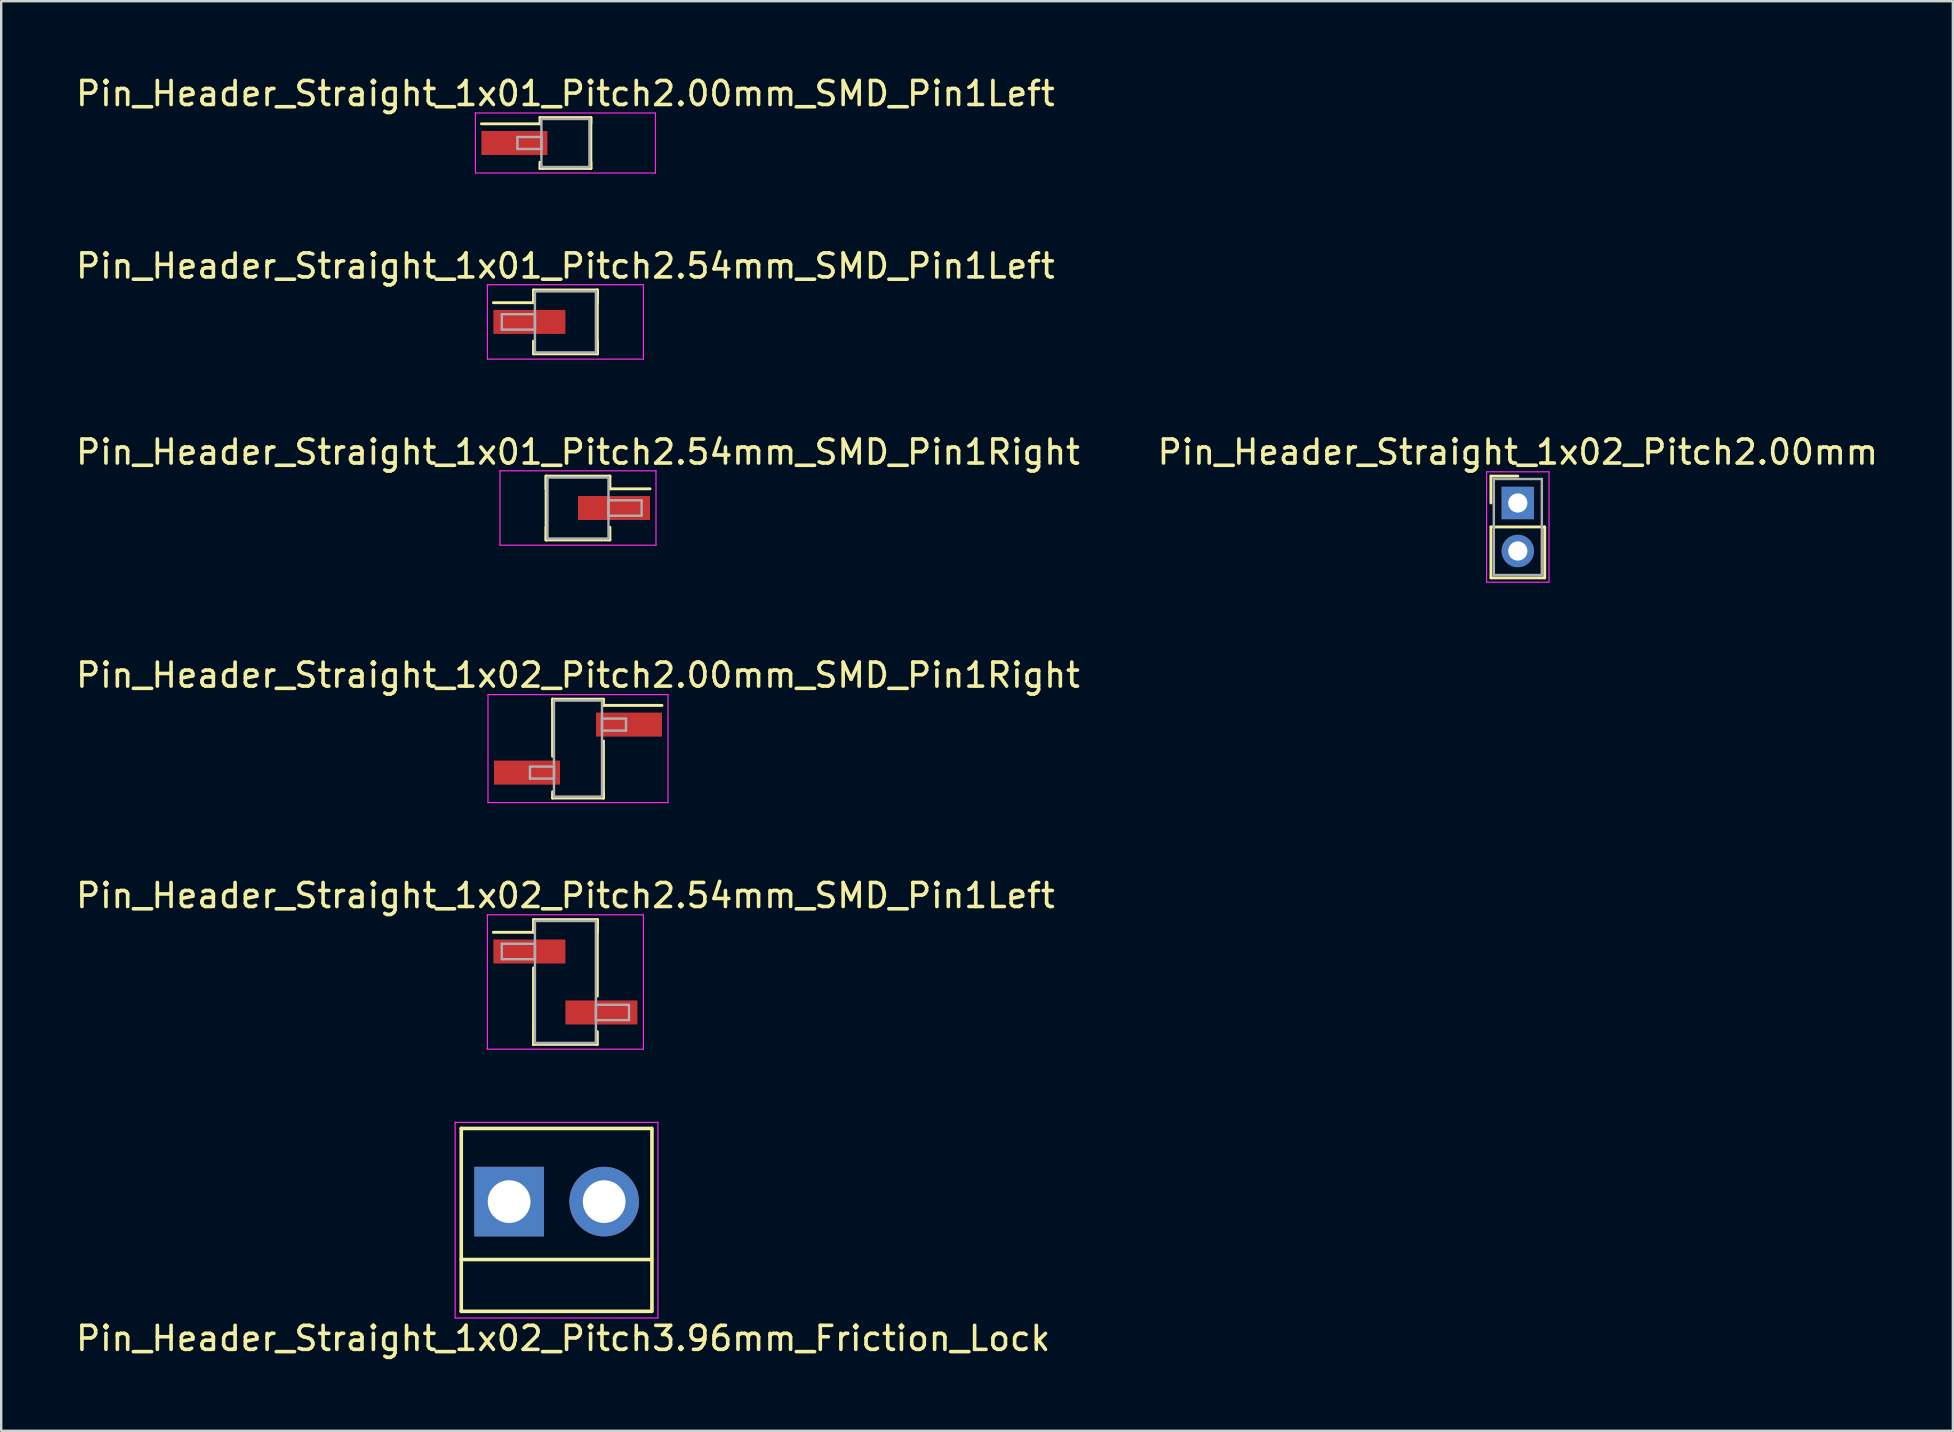
<source format=kicad_pcb>
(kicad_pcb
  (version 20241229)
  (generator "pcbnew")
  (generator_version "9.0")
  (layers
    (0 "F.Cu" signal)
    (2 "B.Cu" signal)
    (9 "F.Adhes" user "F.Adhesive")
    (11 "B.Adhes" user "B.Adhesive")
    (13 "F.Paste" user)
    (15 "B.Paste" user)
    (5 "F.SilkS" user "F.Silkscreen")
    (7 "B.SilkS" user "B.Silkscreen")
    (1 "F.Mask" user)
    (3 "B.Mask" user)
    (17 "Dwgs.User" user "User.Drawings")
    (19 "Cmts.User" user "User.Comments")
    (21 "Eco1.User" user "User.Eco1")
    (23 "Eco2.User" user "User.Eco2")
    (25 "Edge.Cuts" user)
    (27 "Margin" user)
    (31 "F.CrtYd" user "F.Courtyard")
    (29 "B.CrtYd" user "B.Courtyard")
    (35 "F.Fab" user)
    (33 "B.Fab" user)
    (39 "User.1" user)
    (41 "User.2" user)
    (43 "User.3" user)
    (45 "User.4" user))
  (footprint "Pin_Header_Straight_1x01_Pitch2.54mm_SMD_Pin1Right"
    (layer "F.Cu")
    (at 21.03 18.115)
    (property "Reference" "Pin_Header_Straight_1x01_Pitch2.54mm_SMD_Pin1Right" (at 0 -2.33 0) (layer "F.SilkS") (effects (font (size 1 1) (thickness 0.15))))
    (attr smd)
    (fp_line (start -1.33 -1.33) (end -1.33 1.33) (stroke (width 0.12) (type solid)) (layer "F.SilkS"))
    (fp_line (start -1.33 -1.33) (end 1.33 -1.33) (stroke (width 0.12) (type solid)) (layer "F.SilkS"))
    (fp_line (start -1.33 -0.8) (end -1.33 -1.33) (stroke (width 0.12) (type solid)) (layer "F.SilkS"))
    (fp_line (start -1.33 0.8) (end -1.33 1.33) (stroke (width 0.12) (type solid)) (layer "F.SilkS"))
    (fp_line (start -1.33 1.33) (end 1.33 1.33) (stroke (width 0.12) (type solid)) (layer "F.SilkS"))
    (fp_line (start 1.33 -1.33) (end 1.33 -0.8) (stroke (width 0.12) (type solid)) (layer "F.SilkS"))
    (fp_line (start 1.33 -0.8) (end 3 -0.8) (stroke (width 0.12) (type solid)) (layer "F.SilkS"))
    (fp_line (start 1.33 1.33) (end 1.33 0.8) (stroke (width 0.12) (type solid)) (layer "F.SilkS"))
    (fp_line (start -3.25 -1.55) (end -3.25 1.55) (stroke (width 0.05) (type solid)) (layer "F.CrtYd"))
    (fp_line (start -3.25 1.55) (end 3.25 1.55) (stroke (width 0.05) (type solid)) (layer "F.CrtYd"))
    (fp_line (start 3.25 -1.55) (end -3.25 -1.55) (stroke (width 0.05) (type solid)) (layer "F.CrtYd"))
    (fp_line (start 3.25 1.55) (end 3.25 -1.55) (stroke (width 0.05) (type solid)) (layer "F.CrtYd"))
    (fp_line (start -1.27 -1.27) (end -1.27 1.27) (stroke (width 0.1) (type solid)) (layer "F.Fab"))
    (fp_line (start -1.27 1.27) (end 1.27 1.27) (stroke (width 0.1) (type solid)) (layer "F.Fab"))
    (fp_line (start 1.27 -1.27) (end -1.27 -1.27) (stroke (width 0.1) (type solid)) (layer "F.Fab"))
    (fp_line (start 1.27 -0.32) (end 1.27 0.32) (stroke (width 0.1) (type solid)) (layer "F.Fab"))
    (fp_line (start 1.27 0.32) (end 2.65 0.32) (stroke (width 0.1) (type solid)) (layer "F.Fab"))
    (fp_line (start 1.27 1.27) (end 1.27 -1.27) (stroke (width 0.1) (type solid)) (layer "F.Fab"))
    (fp_line (start 2.65 -0.32) (end 1.27 -0.32) (stroke (width 0.1) (type solid)) (layer "F.Fab"))
    (fp_line (start 2.65 0.32) (end 2.65 -0.32) (stroke (width 0.1) (type solid)) (layer "F.Fab"))
    (pad "1" smd rect (at 1.5 0) (size 3 1) (layers "F.Cu" "F.Mask")))
  (footprint "Pin_Header_Straight_1x02_Pitch2.00mm_SMD_Pin1Right"
    (layer "F.Cu")
    (at 21.03 28.138)
    (property "Reference" "Pin_Header_Straight_1x02_Pitch2.00mm_SMD_Pin1Right" (at 0 -3.06 0) (layer "F.SilkS") (effects (font (size 1 1) (thickness 0.15))))
    (attr smd)
    (fp_line (start -1.06 -2.06) (end -1.06 0.32) (stroke (width 0.12) (type solid)) (layer "F.SilkS"))
    (fp_line (start -1.06 -2.06) (end 1.06 -2.06) (stroke (width 0.12) (type solid)) (layer "F.SilkS"))
    (fp_line (start -1.06 -1.8) (end -1.06 -2.06) (stroke (width 0.12) (type solid)) (layer "F.SilkS"))
    (fp_line (start -1.06 1.8) (end -1.06 2.06) (stroke (width 0.12) (type solid)) (layer "F.SilkS"))
    (fp_line (start -1.06 2.06) (end 1.06 2.06) (stroke (width 0.12) (type solid)) (layer "F.SilkS"))
    (fp_line (start 1.06 -2.06) (end 1.06 -1.8) (stroke (width 0.12) (type solid)) (layer "F.SilkS"))
    (fp_line (start 1.06 -1.8) (end 3.5 -1.8) (stroke (width 0.12) (type solid)) (layer "F.SilkS"))
    (fp_line (start 1.06 -0.32) (end 1.06 2.06) (stroke (width 0.12) (type solid)) (layer "F.SilkS"))
    (fp_line (start 1.06 2.06) (end 1.06 1.8) (stroke (width 0.12) (type solid)) (layer "F.SilkS"))
    (fp_line (start -3.75 -2.25) (end -3.75 2.25) (stroke (width 0.05) (type solid)) (layer "F.CrtYd"))
    (fp_line (start -3.75 2.25) (end 3.75 2.25) (stroke (width 0.05) (type solid)) (layer "F.CrtYd"))
    (fp_line (start 3.75 -2.25) (end -3.75 -2.25) (stroke (width 0.05) (type solid)) (layer "F.CrtYd"))
    (fp_line (start 3.75 2.25) (end 3.75 -2.25) (stroke (width 0.05) (type solid)) (layer "F.CrtYd"))
    (fp_line (start -2 0.75) (end -1 0.75) (stroke (width 0.1) (type solid)) (layer "F.Fab"))
    (fp_line (start -2 1.25) (end -2 0.75) (stroke (width 0.1) (type solid)) (layer "F.Fab"))
    (fp_line (start -1 -2) (end -1 2) (stroke (width 0.1) (type solid)) (layer "F.Fab"))
    (fp_line (start -1 0.75) (end -1 1.25) (stroke (width 0.1) (type solid)) (layer "F.Fab"))
    (fp_line (start -1 1.25) (end -2 1.25) (stroke (width 0.1) (type solid)) (layer "F.Fab"))
    (fp_line (start -1 2) (end 1 2) (stroke (width 0.1) (type solid)) (layer "F.Fab"))
    (fp_line (start 1 -2) (end -1 -2) (stroke (width 0.1) (type solid)) (layer "F.Fab"))
    (fp_line (start 1 -1.25) (end 1 -0.75) (stroke (width 0.1) (type solid)) (layer "F.Fab"))
    (fp_line (start 1 -0.75) (end 2 -0.75) (stroke (width 0.1) (type solid)) (layer "F.Fab"))
    (fp_line (start 1 2) (end 1 -2) (stroke (width 0.1) (type solid)) (layer "F.Fab"))
    (fp_line (start 2 -1.25) (end 1 -1.25) (stroke (width 0.1) (type solid)) (layer "F.Fab"))
    (fp_line (start 2 -0.75) (end 2 -1.25) (stroke (width 0.1) (type solid)) (layer "F.Fab"))
    (pad "1" smd rect (at 2.125 -1) (size 2.75 1) (layers "F.Cu" "F.Mask"))
    (pad "2" smd rect (at -2.125 1) (size 2.75 1) (layers "F.Cu" "F.Mask")))
  (footprint "Pin_Header_Straight_1x02_Pitch2.54mm_SMD_Pin1Left"
    (layer "F.Cu")
    (at 20.506 37.861)
    (property "Reference" "Pin_Header_Straight_1x02_Pitch2.54mm_SMD_Pin1Left" (at 0 -3.6 0) (layer "F.SilkS") (effects (font (size 1 1) (thickness 0.15))))
    (attr smd)
    (fp_line (start -1.33 -2.6) (end 1.33 -2.6) (stroke (width 0.12) (type solid)) (layer "F.SilkS"))
    (fp_line (start -1.33 -2.07) (end -3 -2.07) (stroke (width 0.12) (type solid)) (layer "F.SilkS"))
    (fp_line (start -1.33 -2.07) (end -1.33 -2.6) (stroke (width 0.12) (type solid)) (layer "F.SilkS"))
    (fp_line (start -1.33 -0.59) (end -1.33 2.6) (stroke (width 0.12) (type solid)) (layer "F.SilkS"))
    (fp_line (start -1.33 2.07) (end -1.33 2.6) (stroke (width 0.12) (type solid)) (layer "F.SilkS"))
    (fp_line (start -1.33 2.6) (end 1.33 2.6) (stroke (width 0.12) (type solid)) (layer "F.SilkS"))
    (fp_line (start 1.33 -2.6) (end 1.33 -2.07) (stroke (width 0.12) (type solid)) (layer "F.SilkS"))
    (fp_line (start 1.33 -2.6) (end 1.33 0.59) (stroke (width 0.12) (type solid)) (layer "F.SilkS"))
    (fp_line (start 1.33 2.6) (end 1.33 2.07) (stroke (width 0.12) (type solid)) (layer "F.SilkS"))
    (fp_line (start -3.25 -2.8) (end -3.25 2.8) (stroke (width 0.05) (type solid)) (layer "F.CrtYd"))
    (fp_line (start -3.25 2.8) (end 3.25 2.8) (stroke (width 0.05) (type solid)) (layer "F.CrtYd"))
    (fp_line (start 3.25 -2.8) (end -3.25 -2.8) (stroke (width 0.05) (type solid)) (layer "F.CrtYd"))
    (fp_line (start 3.25 2.8) (end 3.25 -2.8) (stroke (width 0.05) (type solid)) (layer "F.CrtYd"))
    (fp_line (start -2.65 -1.59) (end -1.27 -1.59) (stroke (width 0.1) (type solid)) (layer "F.Fab"))
    (fp_line (start -2.65 -0.95) (end -2.65 -1.59) (stroke (width 0.1) (type solid)) (layer "F.Fab"))
    (fp_line (start -1.27 -2.54) (end -1.27 2.54) (stroke (width 0.1) (type solid)) (layer "F.Fab"))
    (fp_line (start -1.27 -1.59) (end -1.27 -0.95) (stroke (width 0.1) (type solid)) (layer "F.Fab"))
    (fp_line (start -1.27 -0.95) (end -2.65 -0.95) (stroke (width 0.1) (type solid)) (layer "F.Fab"))
    (fp_line (start -1.27 2.54) (end 1.27 2.54) (stroke (width 0.1) (type solid)) (layer "F.Fab"))
    (fp_line (start 1.27 -2.54) (end -1.27 -2.54) (stroke (width 0.1) (type solid)) (layer "F.Fab"))
    (fp_line (start 1.27 0.95) (end 1.27 1.59) (stroke (width 0.1) (type solid)) (layer "F.Fab"))
    (fp_line (start 1.27 1.59) (end 2.65 1.59) (stroke (width 0.1) (type solid)) (layer "F.Fab"))
    (fp_line (start 1.27 2.54) (end 1.27 -2.54) (stroke (width 0.1) (type solid)) (layer "F.Fab"))
    (fp_line (start 2.65 0.95) (end 1.27 0.95) (stroke (width 0.1) (type solid)) (layer "F.Fab"))
    (fp_line (start 2.65 1.59) (end 2.65 0.95) (stroke (width 0.1) (type solid)) (layer "F.Fab"))
    (pad "1" smd rect (at -1.5 -1.27) (size 3 1) (layers "F.Cu" "F.Mask"))
    (pad "2" smd rect (at 1.5 1.27) (size 3 1) (layers "F.Cu" "F.Mask")))
  (footprint "Pin_Header_Straight_1x01_Pitch2.54mm_SMD_Pin1Left"
    (layer "F.Cu")
    (at 20.506 10.361)
    (property "Reference" "Pin_Header_Straight_1x01_Pitch2.54mm_SMD_Pin1Left" (at 0 -2.33 0) (layer "F.SilkS") (effects (font (size 1 1) (thickness 0.15))))
    (attr smd)
    (fp_line (start -1.33 -1.33) (end 1.33 -1.33) (stroke (width 0.12) (type solid)) (layer "F.SilkS"))
    (fp_line (start -1.33 -0.8) (end -3 -0.8) (stroke (width 0.12) (type solid)) (layer "F.SilkS"))
    (fp_line (start -1.33 -0.8) (end -1.33 -1.33) (stroke (width 0.12) (type solid)) (layer "F.SilkS"))
    (fp_line (start -1.33 0.8) (end -1.33 1.33) (stroke (width 0.12) (type solid)) (layer "F.SilkS"))
    (fp_line (start -1.33 1.33) (end 1.33 1.33) (stroke (width 0.12) (type solid)) (layer "F.SilkS"))
    (fp_line (start 1.33 -1.33) (end 1.33 -0.8) (stroke (width 0.12) (type solid)) (layer "F.SilkS"))
    (fp_line (start 1.33 -1.33) (end 1.33 1.33) (stroke (width 0.12) (type solid)) (layer "F.SilkS"))
    (fp_line (start 1.33 1.33) (end 1.33 0.8) (stroke (width 0.12) (type solid)) (layer "F.SilkS"))
    (fp_line (start -3.25 -1.55) (end -3.25 1.55) (stroke (width 0.05) (type solid)) (layer "F.CrtYd"))
    (fp_line (start -3.25 1.55) (end 3.25 1.55) (stroke (width 0.05) (type solid)) (layer "F.CrtYd"))
    (fp_line (start 3.25 -1.55) (end -3.25 -1.55) (stroke (width 0.05) (type solid)) (layer "F.CrtYd"))
    (fp_line (start 3.25 1.55) (end 3.25 -1.55) (stroke (width 0.05) (type solid)) (layer "F.CrtYd"))
    (fp_line (start -2.65 -0.32) (end -1.27 -0.32) (stroke (width 0.1) (type solid)) (layer "F.Fab"))
    (fp_line (start -2.65 0.32) (end -2.65 -0.32) (stroke (width 0.1) (type solid)) (layer "F.Fab"))
    (fp_line (start -1.27 -1.27) (end -1.27 1.27) (stroke (width 0.1) (type solid)) (layer "F.Fab"))
    (fp_line (start -1.27 -0.32) (end -1.27 0.32) (stroke (width 0.1) (type solid)) (layer "F.Fab"))
    (fp_line (start -1.27 0.32) (end -2.65 0.32) (stroke (width 0.1) (type solid)) (layer "F.Fab"))
    (fp_line (start -1.27 1.27) (end 1.27 1.27) (stroke (width 0.1) (type solid)) (layer "F.Fab"))
    (fp_line (start 1.27 -1.27) (end -1.27 -1.27) (stroke (width 0.1) (type solid)) (layer "F.Fab"))
    (fp_line (start 1.27 1.27) (end 1.27 -1.27) (stroke (width 0.1) (type solid)) (layer "F.Fab"))
    (pad "1" smd rect (at -1.5 0) (size 3 1) (layers "F.Cu" "F.Mask")))
  (footprint "Pin_Header_Straight_1x01_Pitch2.00mm_SMD_Pin1Left"
    (layer "F.Cu")
    (at 20.506 2.908)
    (property "Reference" "Pin_Header_Straight_1x01_Pitch2.00mm_SMD_Pin1Left" (at 0 -2.06 0) (layer "F.SilkS") (effects (font (size 1 1) (thickness 0.15))))
    (attr smd)
    (fp_line (start -1.06 -1.06) (end 1.06 -1.06) (stroke (width 0.12) (type solid)) (layer "F.SilkS"))
    (fp_line (start -1.06 -0.8) (end -3.5 -0.8) (stroke (width 0.12) (type solid)) (layer "F.SilkS"))
    (fp_line (start -1.06 -0.8) (end -1.06 -1.06) (stroke (width 0.12) (type solid)) (layer "F.SilkS"))
    (fp_line (start -1.06 0.8) (end -1.06 1.06) (stroke (width 0.12) (type solid)) (layer "F.SilkS"))
    (fp_line (start -1.06 1.06) (end 1.06 1.06) (stroke (width 0.12) (type solid)) (layer "F.SilkS"))
    (fp_line (start 1.06 -1.06) (end 1.06 -0.8) (stroke (width 0.12) (type solid)) (layer "F.SilkS"))
    (fp_line (start 1.06 -1.06) (end 1.06 1.06) (stroke (width 0.12) (type solid)) (layer "F.SilkS"))
    (fp_line (start 1.06 1.06) (end 1.06 0.8) (stroke (width 0.12) (type solid)) (layer "F.SilkS"))
    (fp_line (start -3.75 -1.25) (end -3.75 1.25) (stroke (width 0.05) (type solid)) (layer "F.CrtYd"))
    (fp_line (start -3.75 1.25) (end 3.75 1.25) (stroke (width 0.05) (type solid)) (layer "F.CrtYd"))
    (fp_line (start 3.75 -1.25) (end -3.75 -1.25) (stroke (width 0.05) (type solid)) (layer "F.CrtYd"))
    (fp_line (start 3.75 1.25) (end 3.75 -1.25) (stroke (width 0.05) (type solid)) (layer "F.CrtYd"))
    (fp_line (start -2 -0.25) (end -1 -0.25) (stroke (width 0.1) (type solid)) (layer "F.Fab"))
    (fp_line (start -2 0.25) (end -2 -0.25) (stroke (width 0.1) (type solid)) (layer "F.Fab"))
    (fp_line (start -1 -1) (end -1 1) (stroke (width 0.1) (type solid)) (layer "F.Fab"))
    (fp_line (start -1 -0.25) (end -1 0.25) (stroke (width 0.1) (type solid)) (layer "F.Fab"))
    (fp_line (start -1 0.25) (end -2 0.25) (stroke (width 0.1) (type solid)) (layer "F.Fab"))
    (fp_line (start -1 1) (end 1 1) (stroke (width 0.1) (type solid)) (layer "F.Fab"))
    (fp_line (start 1 -1) (end -1 -1) (stroke (width 0.1) (type solid)) (layer "F.Fab"))
    (fp_line (start 1 1) (end 1 -1) (stroke (width 0.1) (type solid)) (layer "F.Fab"))
    (pad "1" smd rect (at -2.125 0) (size 2.75 1) (layers "F.Cu" "F.Mask")))
  (footprint "Pin_Header_Straight_1x02_Pitch3.96mm_Friction_Lock"
    (layer "F.Cu")
    (at 18.161 47.011)
    (property "Reference" "Pin_Header_Straight_1x02_Pitch3.96mm_Friction_Lock" (at 2.25 5.7 0) (layer "F.SilkS") (effects (font (size 1 1) (thickness 0.15))))
    (attr through_hole)
    (fp_line (start -1.994 -3.048) (end -1.994 4.572) (stroke (width 0.15) (type solid)) (layer "F.SilkS"))
    (fp_line (start -1.994 -3.048) (end 5.931 -3.048) (stroke (width 0.15) (type solid)) (layer "F.SilkS"))
    (fp_line (start -1.994 2.413) (end 5.931 2.413) (stroke (width 0.15) (type solid)) (layer "F.SilkS"))
    (fp_line (start -1.994 4.572) (end 5.931 4.572) (stroke (width 0.15) (type solid)) (layer "F.SilkS"))
    (fp_line (start 5.95 -3.048) (end 5.95 4.572) (stroke (width 0.15) (type solid)) (layer "F.SilkS"))
    (fp_line (start -2.25 -3.3) (end 6.2 -3.3) (stroke (width 0.05) (type solid)) (layer "F.CrtYd"))
    (fp_line (start -2.25 4.85) (end -2.25 -3.3) (stroke (width 0.05) (type solid)) (layer "F.CrtYd"))
    (fp_line (start 6.2 -3.3) (end 6.2 4.85) (stroke (width 0.05) (type solid)) (layer "F.CrtYd"))
    (fp_line (start 6.2 4.85) (end -2.25 4.85) (stroke (width 0.05) (type solid)) (layer "F.CrtYd"))
    (pad "1" thru_hole rect (at 0 0) (size 2.9 2.9) (drill 1.78) (layers "*.Cu" "*.Mask"))
    (pad "2" thru_hole circle (at 3.96 0) (size 2.9 2.9) (drill 1.78) (layers "*.Cu" "*.Mask")))
  (footprint "Pin_Header_Straight_1x02_Pitch2.00mm"
    (layer "F.Cu")
    (at 60.185 17.905)
    (property "Reference" "Pin_Header_Straight_1x02_Pitch2.00mm" (at 0 -2.12 0) (layer "F.SilkS") (effects (font (size 1 1) (thickness 0.15))))
    (attr through_hole)
    (fp_line (start -1.12 -1.12) (end 0 -1.12) (stroke (width 0.12) (type solid)) (layer "F.SilkS"))
    (fp_line (start -1.12 0) (end -1.12 -1.12) (stroke (width 0.12) (type solid)) (layer "F.SilkS"))
    (fp_line (start -1.12 1) (end -1.12 3.12) (stroke (width 0.12) (type solid)) (layer "F.SilkS"))
    (fp_line (start -1.12 3.12) (end 1.12 3.12) (stroke (width 0.12) (type solid)) (layer "F.SilkS"))
    (fp_line (start 1.12 1) (end -1.12 1) (stroke (width 0.12) (type solid)) (layer "F.SilkS"))
    (fp_line (start 1.12 3.12) (end 1.12 1) (stroke (width 0.12) (type solid)) (layer "F.SilkS"))
    (fp_line (start -1.3 -1.3) (end -1.3 3.3) (stroke (width 0.05) (type solid)) (layer "F.CrtYd"))
    (fp_line (start -1.3 3.3) (end 1.3 3.3) (stroke (width 0.05) (type solid)) (layer "F.CrtYd"))
    (fp_line (start 1.3 -1.3) (end -1.3 -1.3) (stroke (width 0.05) (type solid)) (layer "F.CrtYd"))
    (fp_line (start 1.3 3.3) (end 1.3 -1.3) (stroke (width 0.05) (type solid)) (layer "F.CrtYd"))
    (fp_line (start -1 -1) (end -1 3) (stroke (width 0.1) (type solid)) (layer "F.Fab"))
    (fp_line (start -1 3) (end 1 3) (stroke (width 0.1) (type solid)) (layer "F.Fab"))
    (fp_line (start 1 -1) (end -1 -1) (stroke (width 0.1) (type solid)) (layer "F.Fab"))
    (fp_line (start 1 3) (end 1 -1) (stroke (width 0.1) (type solid)) (layer "F.Fab"))
    (pad "1" thru_hole rect (at 0 0) (size 1.35 1.35) (drill 0.8) (layers "*.Cu" "*.Mask"))
    (pad "2" thru_hole oval (at 0 2) (size 1.35 1.35) (drill 0.8) (layers "*.Cu" "*.Mask")))
  (gr_rect
    (start -3 -3)
    (end 78.31 56.559)
    (stroke (width 0.1) (type default))
    (fill no)
    (layer "Edge.Cuts")))
</source>
